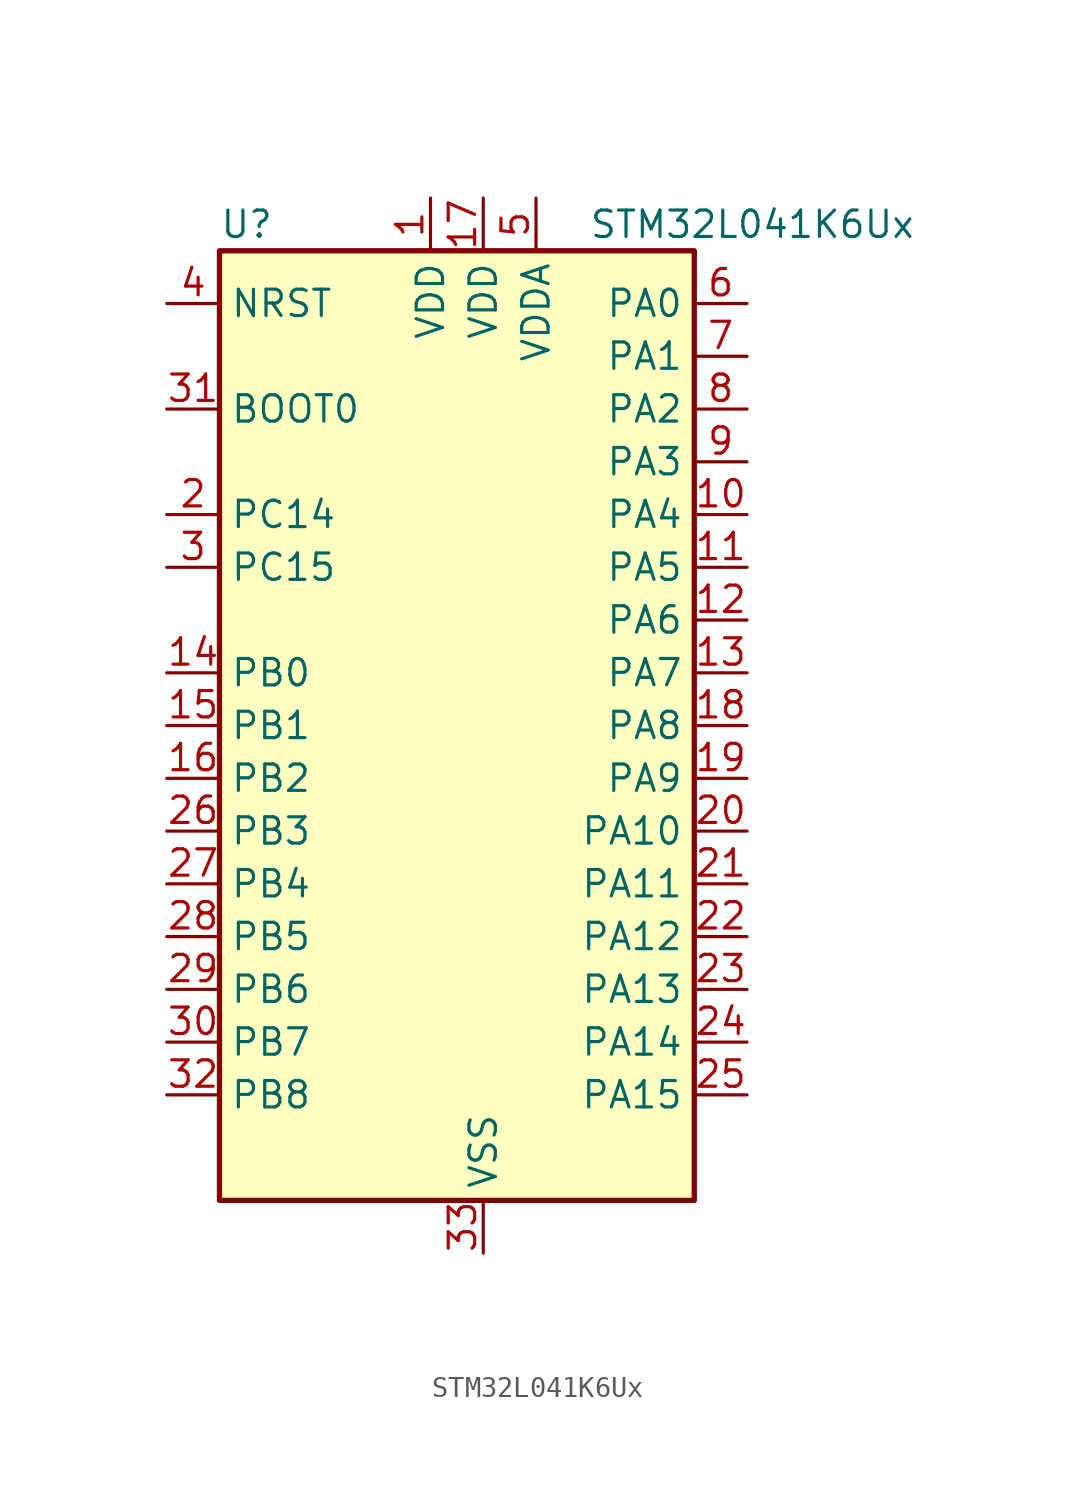
<source format=kicad_sym>
(kicad_symbol_lib
  (version 20220914)
  (generator kicad_symbol_editor)
  (symbol "STM32L041K6Ux"
    (property "Reference" "U"
      (at -10.16 24.13 0)
      (effects (font (size 1.27 1.27)) (justify left)))
    (property "Value" "STM32L041K6Ux"
      (at 7.62 24.13 0)
      (effects (font (size 1.27 1.27)) (justify left)))
    (property "ki_locked" ""
      (at 0 0 0)
      (effects (font (size 1.27 1.27))))
    (symbol "STM32L041K6Ux_0_1"
      (rectangle (start -10.16 -22.86) (end 12.7 22.86) (stroke (width 0.254) (type default)) (fill (type background))))
    (symbol "STM32L041K6Ux_1_1"
      (pin power_in line (at 0 25.4 270) (length 2.54) (name "VDD" (effects (font (size 1.27 1.27)))) (number "1" (effects (font (size 1.27 1.27)))))
      (pin bidirectional line (at 15.24 10.16 180) (length 2.54) (name "PA4" (effects (font (size 1.27 1.27)))) (number "10" (effects (font (size 1.27 1.27)))) (alternate "ADC_IN4" bidirectional line) (alternate "COMP1_INM" bidirectional line) (alternate "COMP2_INM" bidirectional line) (alternate "LPTIM1_IN1" bidirectional line) (alternate "SPI1_NSS" bidirectional line) (alternate "TIM22_ETR" bidirectional line) (alternate "USART2_CK" bidirectional line))
      (pin bidirectional line (at 15.24 7.62 180) (length 2.54) (name "PA5" (effects (font (size 1.27 1.27)))) (number "11" (effects (font (size 1.27 1.27)))) (alternate "ADC_IN5" bidirectional line) (alternate "COMP1_INM" bidirectional line) (alternate "COMP2_INM" bidirectional line) (alternate "LPTIM1_IN2" bidirectional line) (alternate "SPI1_SCK" bidirectional line) (alternate "TIM2_CH1" bidirectional line) (alternate "TIM2_ETR" bidirectional line))
      (pin bidirectional line (at 15.24 5.08 180) (length 2.54) (name "PA6" (effects (font (size 1.27 1.27)))) (number "12" (effects (font (size 1.27 1.27)))) (alternate "ADC_IN6" bidirectional line) (alternate "COMP1_OUT" bidirectional line) (alternate "LPTIM1_ETR" bidirectional line) (alternate "LPUART1_CTS" bidirectional line) (alternate "SPI1_MISO" bidirectional line) (alternate "TIM22_CH1" bidirectional line))
      (pin bidirectional line (at 15.24 2.54 180) (length 2.54) (name "PA7" (effects (font (size 1.27 1.27)))) (number "13" (effects (font (size 1.27 1.27)))) (alternate "ADC_IN7" bidirectional line) (alternate "COMP2_OUT" bidirectional line) (alternate "LPTIM1_OUT" bidirectional line) (alternate "SPI1_MOSI" bidirectional line) (alternate "TIM22_CH2" bidirectional line) (alternate "USART2_CTS" bidirectional line))
      (pin bidirectional line (at -12.7 2.54 0) (length 2.54) (name "PB0" (effects (font (size 1.27 1.27)))) (number "14" (effects (font (size 1.27 1.27)))) (alternate "ADC_IN8" bidirectional line) (alternate "SPI1_MISO" bidirectional line) (alternate "SYS_VREF_OUT_PB0" bidirectional line) (alternate "TIM2_CH3" bidirectional line) (alternate "USART2_DE" bidirectional line) (alternate "USART2_RTS" bidirectional line))
      (pin bidirectional line (at -12.7 0 0) (length 2.54) (name "PB1" (effects (font (size 1.27 1.27)))) (number "15" (effects (font (size 1.27 1.27)))) (alternate "ADC_IN9" bidirectional line) (alternate "LPUART1_DE" bidirectional line) (alternate "LPUART1_RTS" bidirectional line) (alternate "SPI1_MOSI" bidirectional line) (alternate "SYS_VREF_OUT_PB1" bidirectional line) (alternate "TIM2_CH4" bidirectional line) (alternate "USART2_CK" bidirectional line))
      (pin bidirectional line (at -12.7 -2.54 0) (length 2.54) (name "PB2" (effects (font (size 1.27 1.27)))) (number "16" (effects (font (size 1.27 1.27)))) (alternate "LPTIM1_OUT" bidirectional line))
      (pin power_in line (at 2.54 25.4 270) (length 2.54) (name "VDD" (effects (font (size 1.27 1.27)))) (number "17" (effects (font (size 1.27 1.27)))))
      (pin bidirectional line (at 15.24 0 180) (length 2.54) (name "PA8" (effects (font (size 1.27 1.27)))) (number "18" (effects (font (size 1.27 1.27)))) (alternate "LPTIM1_IN1" bidirectional line) (alternate "RCC_MCO" bidirectional line) (alternate "TIM2_CH1" bidirectional line) (alternate "USART2_CK" bidirectional line))
      (pin bidirectional line (at 15.24 -2.54 180) (length 2.54) (name "PA9" (effects (font (size 1.27 1.27)))) (number "19" (effects (font (size 1.27 1.27)))) (alternate "I2C1_SCL" bidirectional line) (alternate "RCC_MCO" bidirectional line) (alternate "TIM22_CH1" bidirectional line) (alternate "USART2_TX" bidirectional line))
      (pin bidirectional line (at -12.7 10.16 0) (length 2.54) (name "PC14" (effects (font (size 1.27 1.27)))) (number "2" (effects (font (size 1.27 1.27)))) (alternate "RCC_OSC32_IN" bidirectional line))
      (pin bidirectional line (at 15.24 -5.08 180) (length 2.54) (name "PA10" (effects (font (size 1.27 1.27)))) (number "20" (effects (font (size 1.27 1.27)))) (alternate "I2C1_SDA" bidirectional line) (alternate "TIM22_CH2" bidirectional line) (alternate "USART2_RX" bidirectional line))
      (pin bidirectional line (at 15.24 -7.62 180) (length 2.54) (name "PA11" (effects (font (size 1.27 1.27)))) (number "21" (effects (font (size 1.27 1.27)))) (alternate "ADC_EXTI11" bidirectional line) (alternate "COMP1_OUT" bidirectional line) (alternate "SPI1_MISO" bidirectional line) (alternate "TIM21_CH2" bidirectional line) (alternate "USART2_CTS" bidirectional line))
      (pin bidirectional line (at 15.24 -10.16 180) (length 2.54) (name "PA12" (effects (font (size 1.27 1.27)))) (number "22" (effects (font (size 1.27 1.27)))) (alternate "COMP2_OUT" bidirectional line) (alternate "SPI1_MOSI" bidirectional line) (alternate "USART2_DE" bidirectional line) (alternate "USART2_RTS" bidirectional line))
      (pin bidirectional line (at 15.24 -12.7 180) (length 2.54) (name "PA13" (effects (font (size 1.27 1.27)))) (number "23" (effects (font (size 1.27 1.27)))) (alternate "LPTIM1_ETR" bidirectional line) (alternate "LPUART1_RX" bidirectional line) (alternate "SYS_SWDIO" bidirectional line))
      (pin bidirectional line (at 15.24 -15.24 180) (length 2.54) (name "PA14" (effects (font (size 1.27 1.27)))) (number "24" (effects (font (size 1.27 1.27)))) (alternate "I2C1_SMBA" bidirectional line) (alternate "LPTIM1_OUT" bidirectional line) (alternate "LPUART1_TX" bidirectional line) (alternate "SYS_SWCLK" bidirectional line) (alternate "USART2_TX" bidirectional line))
      (pin bidirectional line (at 15.24 -17.78 180) (length 2.54) (name "PA15" (effects (font (size 1.27 1.27)))) (number "25" (effects (font (size 1.27 1.27)))) (alternate "SPI1_NSS" bidirectional line) (alternate "TIM2_CH1" bidirectional line) (alternate "TIM2_ETR" bidirectional line) (alternate "USART2_RX" bidirectional line))
      (pin bidirectional line (at -12.7 -5.08 0) (length 2.54) (name "PB3" (effects (font (size 1.27 1.27)))) (number "26" (effects (font (size 1.27 1.27)))) (alternate "COMP2_INM" bidirectional line) (alternate "SPI1_SCK" bidirectional line) (alternate "TIM2_CH2" bidirectional line))
      (pin bidirectional line (at -12.7 -7.62 0) (length 2.54) (name "PB4" (effects (font (size 1.27 1.27)))) (number "27" (effects (font (size 1.27 1.27)))) (alternate "COMP2_INP" bidirectional line) (alternate "SPI1_MISO" bidirectional line) (alternate "TIM22_CH1" bidirectional line))
      (pin bidirectional line (at -12.7 -10.16 0) (length 2.54) (name "PB5" (effects (font (size 1.27 1.27)))) (number "28" (effects (font (size 1.27 1.27)))) (alternate "COMP2_INP" bidirectional line) (alternate "I2C1_SMBA" bidirectional line) (alternate "LPTIM1_IN1" bidirectional line) (alternate "SPI1_MOSI" bidirectional line) (alternate "TIM22_CH2" bidirectional line))
      (pin bidirectional line (at -12.7 -12.7 0) (length 2.54) (name "PB6" (effects (font (size 1.27 1.27)))) (number "29" (effects (font (size 1.27 1.27)))) (alternate "COMP2_INP" bidirectional line) (alternate "I2C1_SCL" bidirectional line) (alternate "LPTIM1_ETR" bidirectional line) (alternate "TIM21_CH1" bidirectional line) (alternate "USART2_TX" bidirectional line))
      (pin bidirectional line (at -12.7 7.62 0) (length 2.54) (name "PC15" (effects (font (size 1.27 1.27)))) (number "3" (effects (font (size 1.27 1.27)))) (alternate "RCC_OSC32_OUT" bidirectional line))
      (pin bidirectional line (at -12.7 -15.24 0) (length 2.54) (name "PB7" (effects (font (size 1.27 1.27)))) (number "30" (effects (font (size 1.27 1.27)))) (alternate "COMP2_INP" bidirectional line) (alternate "I2C1_SDA" bidirectional line) (alternate "LPTIM1_IN2" bidirectional line) (alternate "SYS_PVD_IN" bidirectional line) (alternate "USART2_RX" bidirectional line))
      (pin input line (at -12.7 15.24 0) (length 2.54) (name "BOOT0" (effects (font (size 1.27 1.27)))) (number "31" (effects (font (size 1.27 1.27)))))
      (pin bidirectional line (at -12.7 -17.78 0) (length 2.54) (name "PB8" (effects (font (size 1.27 1.27)))) (number "32" (effects (font (size 1.27 1.27)))) (alternate "I2C1_SCL" bidirectional line))
      (pin power_in line (at 2.54 -25.4 90) (length 2.54) (name "VSS" (effects (font (size 1.27 1.27)))) (number "33" (effects (font (size 1.27 1.27)))))
      (pin input line (at -12.7 20.32 0) (length 2.54) (name "NRST" (effects (font (size 1.27 1.27)))) (number "4" (effects (font (size 1.27 1.27)))))
      (pin power_in line (at 5.08 25.4 270) (length 2.54) (name "VDDA" (effects (font (size 1.27 1.27)))) (number "5" (effects (font (size 1.27 1.27)))))
      (pin bidirectional line (at 15.24 20.32 180) (length 2.54) (name "PA0" (effects (font (size 1.27 1.27)))) (number "6" (effects (font (size 1.27 1.27)))) (alternate "ADC_IN0" bidirectional line) (alternate "COMP1_INM" bidirectional line) (alternate "COMP1_OUT" bidirectional line) (alternate "LPTIM1_IN1" bidirectional line) (alternate "RCC_CK_IN" bidirectional line) (alternate "RTC_TAMP2" bidirectional line) (alternate "SYS_WKUP1" bidirectional line) (alternate "TIM2_CH1" bidirectional line) (alternate "TIM2_ETR" bidirectional line) (alternate "USART2_CTS" bidirectional line))
      (pin bidirectional line (at 15.24 17.78 180) (length 2.54) (name "PA1" (effects (font (size 1.27 1.27)))) (number "7" (effects (font (size 1.27 1.27)))) (alternate "ADC_IN1" bidirectional line) (alternate "COMP1_INP" bidirectional line) (alternate "I2C1_SMBA" bidirectional line) (alternate "LPTIM1_IN2" bidirectional line) (alternate "TIM21_ETR" bidirectional line) (alternate "TIM2_CH2" bidirectional line) (alternate "USART2_DE" bidirectional line) (alternate "USART2_RTS" bidirectional line))
      (pin bidirectional line (at 15.24 15.24 180) (length 2.54) (name "PA2" (effects (font (size 1.27 1.27)))) (number "8" (effects (font (size 1.27 1.27)))) (alternate "ADC_IN2" bidirectional line) (alternate "COMP2_INM" bidirectional line) (alternate "COMP2_OUT" bidirectional line) (alternate "LPUART1_TX" bidirectional line) (alternate "RTC_OUT_ALARM" bidirectional line) (alternate "RTC_OUT_CALIB" bidirectional line) (alternate "RTC_TAMP3" bidirectional line) (alternate "RTC_TS" bidirectional line) (alternate "SYS_WKUP3" bidirectional line) (alternate "TIM21_CH1" bidirectional line) (alternate "TIM2_CH3" bidirectional line) (alternate "USART2_TX" bidirectional line))
      (pin bidirectional line (at 15.24 12.7 180) (length 2.54) (name "PA3" (effects (font (size 1.27 1.27)))) (number "9" (effects (font (size 1.27 1.27)))) (alternate "ADC_IN3" bidirectional line) (alternate "COMP2_INP" bidirectional line) (alternate "LPUART1_RX" bidirectional line) (alternate "TIM21_CH2" bidirectional line) (alternate "TIM2_CH4" bidirectional line) (alternate "USART2_RX" bidirectional line)))))
</source>
